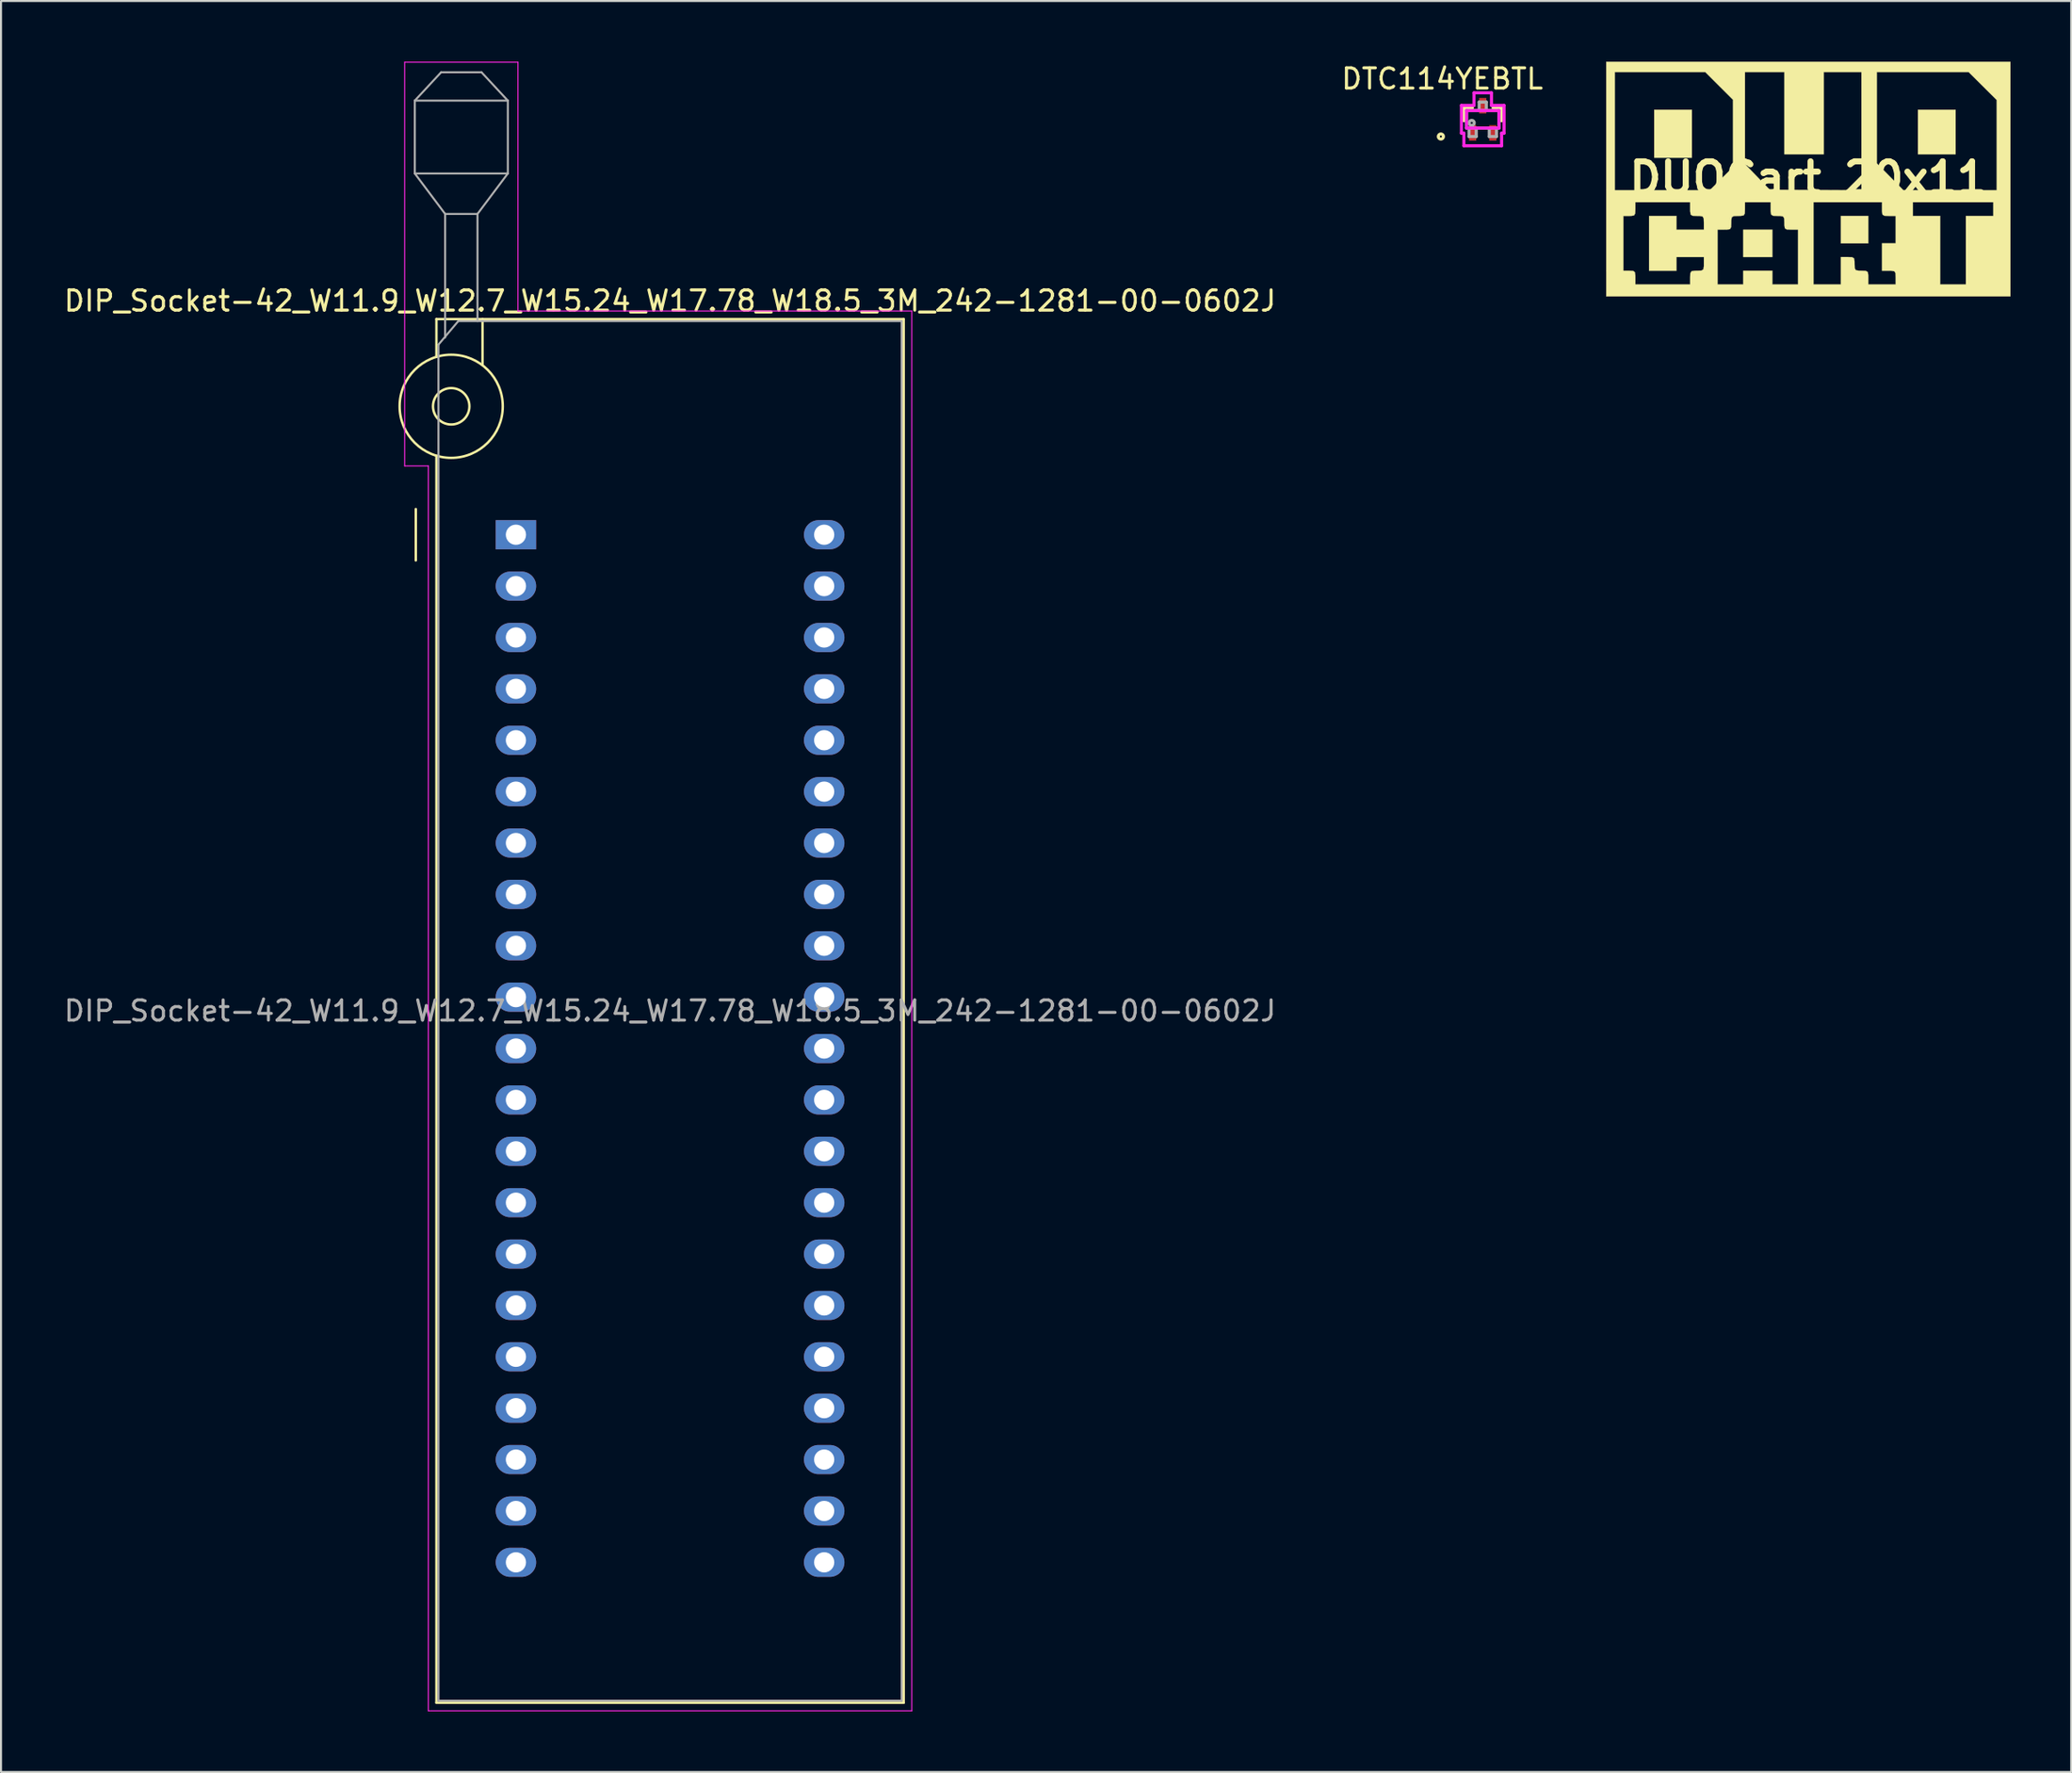
<source format=kicad_pcb>
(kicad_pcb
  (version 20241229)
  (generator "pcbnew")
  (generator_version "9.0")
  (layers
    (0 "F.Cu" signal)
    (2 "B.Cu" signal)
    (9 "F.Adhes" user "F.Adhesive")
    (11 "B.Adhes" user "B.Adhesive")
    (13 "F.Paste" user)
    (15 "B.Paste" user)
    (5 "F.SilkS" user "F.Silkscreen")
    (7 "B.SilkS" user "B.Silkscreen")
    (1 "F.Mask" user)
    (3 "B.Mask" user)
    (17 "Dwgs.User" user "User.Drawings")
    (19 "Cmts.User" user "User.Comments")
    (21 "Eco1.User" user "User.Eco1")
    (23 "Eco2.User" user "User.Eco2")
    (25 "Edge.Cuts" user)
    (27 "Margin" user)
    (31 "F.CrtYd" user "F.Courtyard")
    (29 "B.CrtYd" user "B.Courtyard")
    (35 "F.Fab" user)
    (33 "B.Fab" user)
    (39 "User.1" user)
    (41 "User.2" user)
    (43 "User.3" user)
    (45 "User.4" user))
  (footprint "DUOCart_20x11"
    (layer "F.Cu")
    (at 86.353 5.762)
    (property "Reference" "DUOCart_20x11" (at 0 0 0) (layer "F.SilkS") (effects (font (size 1.524 1.524) (thickness 0.3))))
    (attr exclude_from_pos_files exclude_from_bom)
    (fp_poly (pts (xy -5.757 -1.016) (xy -7.62 -1.016) (xy -7.62 -3.387) (xy -5.757 -3.387) (xy -5.757 -1.016)) (stroke (width 0.01) (type solid)) (fill yes) (layer "F.SilkS"))
    (fp_poly (pts (xy -1.778 3.895) (xy -3.217 3.895) (xy -3.217 2.54) (xy -1.778 2.54) (xy -1.778 3.895)) (stroke (width 0.01) (type solid)) (fill yes) (layer "F.SilkS"))
    (fp_poly (pts (xy 2.963 3.217) (xy 1.609 3.217) (xy 1.609 1.863) (xy 2.963 1.863) (xy 2.963 3.217)) (stroke (width 0.01) (type solid)) (fill yes) (layer "F.SilkS"))
    (fp_poly (pts (xy 7.281 -1.185) (xy 5.419 -1.185) (xy 5.419 -3.387) (xy 7.281 -3.387) (xy 7.281 -1.185)) (stroke (width 0.01) (type solid)) (fill yes) (layer "F.SilkS"))
    (fp_poly (pts (xy 9.991 5.842) (xy -9.991 5.842) (xy -9.991 1.863) (xy -9.144 1.863) (xy -9.144 4.572) (xy -8.848 4.572) (xy -8.658 4.582) (xy -8.574 4.646) (xy -8.552 4.811) (xy -8.551 4.911) (xy -8.551 5.249) (xy -5.842 5.249) (xy -5.842 4.911) (xy -5.834 4.694) (xy -5.777 4.598) (xy -5.622 4.573) (xy -5.503 4.572) (xy -5.287 4.564) (xy -5.19 4.507) (xy -5.165 4.352) (xy -5.165 4.233) (xy -5.165 3.895) (xy -6.519 3.895) (xy -6.519 4.572) (xy -7.874 4.572) (xy -7.874 1.863) (xy -6.519 1.863) (xy -6.519 2.54) (xy -5.165 2.54) (xy -4.487 2.54) (xy -4.487 5.249) (xy -3.217 5.249) (xy -3.217 4.572) (xy -1.778 4.572) (xy -1.778 5.249) (xy -0.508 5.249) (xy -0.508 2.54) (xy -0.847 2.54) (xy -1.063 2.532) (xy -1.16 2.475) (xy -1.185 2.32) (xy -1.185 2.201) (xy -1.193 1.985) (xy -1.251 1.888) (xy -1.405 1.863) (xy -1.524 1.863) (xy -1.741 1.855) (xy -1.837 1.797) (xy -1.862 1.643) (xy -1.863 1.524) (xy -1.863 1.185) (xy 0.254 1.185) (xy 0.254 5.249) (xy 1.609 5.249) (xy 1.609 3.895) (xy 1.947 3.895) (xy 2.164 3.903) (xy 2.26 3.96) (xy 2.285 4.115) (xy 2.286 4.233) (xy 2.294 4.45) (xy 2.351 4.546) (xy 2.506 4.571) (xy 2.625 4.572) (xy 2.841 4.58) (xy 2.938 4.637) (xy 2.963 4.792) (xy 2.963 4.911) (xy 2.963 5.249) (xy 4.318 5.249) (xy 4.318 4.911) (xy 4.31 4.694) (xy 4.253 4.598) (xy 4.098 4.573) (xy 3.979 4.572) (xy 3.641 4.572) (xy 3.641 3.217) (xy 4.318 3.217) (xy 4.318 1.863) (xy 3.979 1.863) (xy 3.763 1.855) (xy 3.666 1.797) (xy 3.641 1.643) (xy 3.641 1.524) (xy 3.641 1.185) (xy 5.165 1.185) (xy 5.165 1.863) (xy 6.519 1.863) (xy 6.519 5.249) (xy 7.789 5.249) (xy 7.789 1.863) (xy 9.144 1.863) (xy 9.144 1.185) (xy 5.165 1.185) (xy 3.641 1.185) (xy 0.254 1.185) (xy -1.863 1.185) (xy -3.133 1.185) (xy -3.133 1.524) (xy -3.141 1.741) (xy -3.198 1.837) (xy -3.353 1.862) (xy -3.471 1.863) (xy -3.688 1.871) (xy -3.784 1.928) (xy -3.809 2.083) (xy -3.81 2.201) (xy -3.818 2.418) (xy -3.875 2.514) (xy -4.03 2.539) (xy -4.149 2.54) (xy -4.487 2.54) (xy -5.165 2.54) (xy -5.165 2.201) (xy -5.173 1.985) (xy -5.23 1.888) (xy -5.385 1.863) (xy -5.503 1.863) (xy -5.72 1.855) (xy -5.816 1.797) (xy -5.841 1.643) (xy -5.842 1.524) (xy -5.842 1.185) (xy -8.551 1.185) (xy -8.551 1.524) (xy -8.56 1.741) (xy -8.616 1.837) (xy -8.76 1.862) (xy -8.848 1.863) (xy -9.144 1.863) (xy -9.991 1.863) (xy -9.991 -5.249) (xy -9.567 -5.249) (xy -9.567 0.593) (xy -4.873 0.593) (xy -4.299 0.023) (xy -3.725 -0.546) (xy -3.725 -3.88) (xy -5.096 -5.249) (xy -3.133 -5.249) (xy -3.133 -0.7) (xy -2.519 -0.065) (xy -1.905 0.569) (xy 0.36 0.581) (xy 2.625 0.593) (xy 2.625 -5.249) (xy 3.387 -5.249) (xy 3.387 -0.737) (xy 4.043 -0.073) (xy 4.699 0.591) (xy 7.006 0.592) (xy 9.313 0.593) (xy 9.313 -3.868) (xy 8.619 -4.558) (xy 7.924 -5.249) (xy 3.387 -5.249) (xy 2.625 -5.249) (xy 0.762 -5.249) (xy 0.762 -1.185) (xy -1.185 -1.185) (xy -1.185 -5.249) (xy -3.133 -5.249) (xy -5.096 -5.249) (xy -9.567 -5.249) (xy -9.991 -5.249) (xy -9.991 -5.757) (xy 9.991 -5.757) (xy 9.991 5.842)) (stroke (width 0.01) (type solid)) (fill yes) (layer "F.SilkS")))
  (footprint "DTC114YEBTL"
    (layer "F.Cu")
    (at 70.256 2.848)
    (property "Reference" "DTC114YEBTL" (at -2 -2 0) (layer "F.SilkS") (effects (font (size 1 1) (thickness 0.15))))
    (attr through_hole)
    (fp_line (start -0.927 -0.559) (end -0.927 0.072) (stroke (width 0.152) (type solid)) (layer "F.SilkS"))
    (fp_line (start -0.511 -0.559) (end -0.927 -0.559) (stroke (width 0.152) (type solid)) (layer "F.SilkS"))
    (fp_line (start 0.927 -0.559) (end 0.511 -0.559) (stroke (width 0.152) (type solid)) (layer "F.SilkS"))
    (fp_line (start 0.927 0.072) (end 0.927 -0.559) (stroke (width 0.152) (type solid)) (layer "F.SilkS"))
    (fp_circle (center -2.07 0.851) (end -1.943 0.851) (stroke (width 0.152) (type solid)) (fill no) (layer "F.SilkS"))
    (fp_line (start -1.054 -0.686) (end -0.432 -0.686) (stroke (width 0.152) (type solid)) (layer "F.CrtYd"))
    (fp_line (start -1.054 0.686) (end -1.054 -0.686) (stroke (width 0.152) (type solid)) (layer "F.CrtYd"))
    (fp_line (start -0.932 0.686) (end -1.054 0.686) (stroke (width 0.152) (type solid)) (layer "F.CrtYd"))
    (fp_line (start -0.932 1.308) (end -0.932 0.686) (stroke (width 0.152) (type solid)) (layer "F.CrtYd"))
    (fp_line (start -0.8 -0.432) (end 0.8 -0.432) (stroke (width 0.152) (type solid)) (layer "F.CrtYd"))
    (fp_line (start -0.8 0.432) (end -0.8 -0.432) (stroke (width 0.152) (type solid)) (layer "F.CrtYd"))
    (fp_line (start -0.432 -1.308) (end 0.432 -1.308) (stroke (width 0.152) (type solid)) (layer "F.CrtYd"))
    (fp_line (start -0.432 -0.686) (end -0.432 -1.308) (stroke (width 0.152) (type solid)) (layer "F.CrtYd"))
    (fp_line (start 0.432 -1.308) (end 0.432 -0.686) (stroke (width 0.152) (type solid)) (layer "F.CrtYd"))
    (fp_line (start 0.432 -0.686) (end 1.054 -0.686) (stroke (width 0.152) (type solid)) (layer "F.CrtYd"))
    (fp_line (start 0.8 -0.432) (end 0.8 0.432) (stroke (width 0.152) (type solid)) (layer "F.CrtYd"))
    (fp_line (start 0.8 0.432) (end -0.8 0.432) (stroke (width 0.152) (type solid)) (layer "F.CrtYd"))
    (fp_line (start 0.932 0.686) (end 0.932 1.308) (stroke (width 0.152) (type solid)) (layer "F.CrtYd"))
    (fp_line (start 0.932 1.308) (end -0.932 1.308) (stroke (width 0.152) (type solid)) (layer "F.CrtYd"))
    (fp_line (start 1.054 -0.686) (end 1.054 0.686) (stroke (width 0.152) (type solid)) (layer "F.CrtYd"))
    (fp_line (start 1.054 0.686) (end 0.932 0.686) (stroke (width 0.152) (type solid)) (layer "F.CrtYd"))
    (fp_line (start -0.8 -0.432) (end -0.8 0.432) (stroke (width 0.152) (type solid)) (layer "F.Fab"))
    (fp_line (start -0.8 0.432) (end 0.8 0.432) (stroke (width 0.152) (type solid)) (layer "F.Fab"))
    (fp_line (start -0.678 0.432) (end -0.678 0.851) (stroke (width 0.152) (type solid)) (layer "F.Fab"))
    (fp_line (start -0.678 0.851) (end -0.322 0.851) (stroke (width 0.152) (type solid)) (layer "F.Fab"))
    (fp_line (start -0.322 0.432) (end -0.678 0.432) (stroke (width 0.152) (type solid)) (layer "F.Fab"))
    (fp_line (start -0.322 0.851) (end -0.322 0.432) (stroke (width 0.152) (type solid)) (layer "F.Fab"))
    (fp_line (start -0.178 -0.851) (end -0.178 -0.432) (stroke (width 0.152) (type solid)) (layer "F.Fab"))
    (fp_line (start -0.178 -0.432) (end 0.178 -0.432) (stroke (width 0.152) (type solid)) (layer "F.Fab"))
    (fp_line (start 0.178 -0.851) (end -0.178 -0.851) (stroke (width 0.152) (type solid)) (layer "F.Fab"))
    (fp_line (start 0.178 -0.432) (end 0.178 -0.851) (stroke (width 0.152) (type solid)) (layer "F.Fab"))
    (fp_line (start 0.322 0.432) (end 0.322 0.851) (stroke (width 0.152) (type solid)) (layer "F.Fab"))
    (fp_line (start 0.322 0.851) (end 0.678 0.851) (stroke (width 0.152) (type solid)) (layer "F.Fab"))
    (fp_line (start 0.678 0.432) (end 0.322 0.432) (stroke (width 0.152) (type solid)) (layer "F.Fab"))
    (fp_line (start 0.678 0.851) (end 0.678 0.432) (stroke (width 0.152) (type solid)) (layer "F.Fab"))
    (fp_line (start 0.8 -0.432) (end -0.8 -0.432) (stroke (width 0.152) (type solid)) (layer "F.Fab"))
    (fp_line (start 0.8 0.432) (end 0.8 -0.432) (stroke (width 0.152) (type solid)) (layer "F.Fab"))
    (fp_circle (center -0.546 0.178) (end -0.419 0.178) (stroke (width 0.152) (type solid)) (fill no) (layer "F.Fab"))
    (pad "1" smd rect (at -0.5 0.673) (size 0.356 0.762) (layers "F.Cu" "F.Mask" "F.Paste"))
    (pad "2" smd rect (at 0.5 0.673) (size 0.356 0.762) (layers "F.Cu" "F.Mask" "F.Paste"))
    (pad "3" smd rect (at 0 -0.673) (size 0.356 0.762) (layers "F.Cu" "F.Mask" "F.Paste")))
  (footprint "DIP_Socket-42_W11.9_W12.7_W15.24_W17.78_W18.5_3M_242-1281-00-0602J"
    (layer "F.Cu")
    (at 22.457 23.385)
    (property "Reference" "DIP_Socket-42_W11.9_W12.7_W15.24_W17.78_W18.5_3M_242-1281-00-0602J" (at 7.62 -11.56 0) (layer "F.SilkS") (effects (font (size 1 1) (thickness 0.15))))
    (attr through_hole)
    (fp_line (start -4.95 1.27) (end -4.95 -1.27) (stroke (width 0.12) (type solid)) (layer "F.SilkS"))
    (fp_line (start -3.93 -10.66) (end -3.93 -8.8) (stroke (width 0.12) (type solid)) (layer "F.SilkS"))
    (fp_line (start -3.93 -3.9) (end -3.93 57.74) (stroke (width 0.12) (type solid)) (layer "F.SilkS"))
    (fp_line (start -3.93 57.74) (end 19.17 57.74) (stroke (width 0.12) (type solid)) (layer "F.SilkS"))
    (fp_line (start -1.65 -10.66) (end -1.65 -8.4) (stroke (width 0.12) (type solid)) (layer "F.SilkS"))
    (fp_line (start 19.17 -10.66) (end -3.93 -10.66) (stroke (width 0.12) (type solid)) (layer "F.SilkS"))
    (fp_line (start 19.17 57.74) (end 19.17 -10.66) (stroke (width 0.12) (type solid)) (layer "F.SilkS"))
    (fp_circle (center -3.2 -6.35) (end -2.3 -6.35) (stroke (width 0.12) (type solid)) (fill no) (layer "F.SilkS"))
    (fp_circle (center -3.2 -6.35) (end -0.65 -6.35) (stroke (width 0.12) (type solid)) (fill no) (layer "F.SilkS"))
    (fp_line (start -5.5 -23.36) (end 0.1 -23.36) (stroke (width 0.05) (type solid)) (layer "F.CrtYd"))
    (fp_line (start -5.5 -3.4) (end -5.5 -23.36) (stroke (width 0.05) (type solid)) (layer "F.CrtYd"))
    (fp_line (start -4.33 -3.4) (end -5.5 -3.4) (stroke (width 0.05) (type solid)) (layer "F.CrtYd"))
    (fp_line (start -4.33 58.14) (end -4.33 -3.4) (stroke (width 0.05) (type solid)) (layer "F.CrtYd"))
    (fp_line (start 0.1 -23.36) (end 0.1 -11.06) (stroke (width 0.05) (type solid)) (layer "F.CrtYd"))
    (fp_line (start 0.1 -11.06) (end 19.57 -11.06) (stroke (width 0.05) (type solid)) (layer "F.CrtYd"))
    (fp_line (start 19.57 -11.06) (end 19.57 58.14) (stroke (width 0.05) (type solid)) (layer "F.CrtYd"))
    (fp_line (start 19.57 58.14) (end -4.33 58.14) (stroke (width 0.05) (type solid)) (layer "F.CrtYd"))
    (fp_line (start -5 -21.46) (end -5 -17.86) (stroke (width 0.1) (type solid)) (layer "F.Fab"))
    (fp_line (start -5 -21.46) (end -3.7 -22.86) (stroke (width 0.1) (type solid)) (layer "F.Fab"))
    (fp_line (start -5 -17.86) (end -3.5 -15.86) (stroke (width 0.1) (type solid)) (layer "F.Fab"))
    (fp_line (start -5 -17.86) (end -0.4 -17.86) (stroke (width 0.1) (type solid)) (layer "F.Fab"))
    (fp_line (start -3.83 -9.4) (end -2.85 -10.56) (stroke (width 0.1) (type solid)) (layer "F.Fab"))
    (fp_line (start -3.83 57.64) (end -3.83 -9.4) (stroke (width 0.1) (type solid)) (layer "F.Fab"))
    (fp_line (start -3.7 -22.86) (end -1.7 -22.86) (stroke (width 0.1) (type solid)) (layer "F.Fab"))
    (fp_line (start -3.5 -15.86) (end -1.9 -15.86) (stroke (width 0.1) (type solid)) (layer "F.Fab"))
    (fp_line (start -3.5 -9.75) (end -3.5 -15.86) (stroke (width 0.1) (type solid)) (layer "F.Fab"))
    (fp_line (start -2.85 -10.56) (end 19.07 -10.56) (stroke (width 0.1) (type solid)) (layer "F.Fab"))
    (fp_line (start -1.9 -15.86) (end -1.9 -10.56) (stroke (width 0.1) (type solid)) (layer "F.Fab"))
    (fp_line (start -1.7 -22.86) (end -0.4 -21.46) (stroke (width 0.1) (type solid)) (layer "F.Fab"))
    (fp_line (start -0.4 -21.46) (end -5 -21.46) (stroke (width 0.1) (type solid)) (layer "F.Fab"))
    (fp_line (start -0.4 -17.86) (end -1.9 -15.86) (stroke (width 0.1) (type solid)) (layer "F.Fab"))
    (fp_line (start -0.4 -17.86) (end -0.4 -21.46) (stroke (width 0.1) (type solid)) (layer "F.Fab"))
    (fp_line (start 19.07 -10.56) (end 19.07 57.64) (stroke (width 0.1) (type solid)) (layer "F.Fab"))
    (fp_line (start 19.07 57.64) (end -3.83 57.64) (stroke (width 0.1) (type solid)) (layer "F.Fab"))
    (fp_text user "${REFERENCE}" (at 7.62 23.54 0) (layer "F.Fab") (effects (font (size 1 1) (thickness 0.15))))
    (pad "1" thru_hole rect (at 0 0) (size 2 1.44) (drill 1) (layers "*.Cu" "*.Mask"))
    (pad "2" thru_hole oval (at 0 2.54) (size 2 1.44) (drill 1) (layers "*.Cu" "*.Mask"))
    (pad "3" thru_hole oval (at 0 5.08) (size 2 1.44) (drill 1) (layers "*.Cu" "*.Mask"))
    (pad "4" thru_hole oval (at 0 7.62) (size 2 1.44) (drill 1) (layers "*.Cu" "*.Mask"))
    (pad "5" thru_hole oval (at 0 10.16) (size 2 1.44) (drill 1) (layers "*.Cu" "*.Mask"))
    (pad "6" thru_hole oval (at 0 12.7) (size 2 1.44) (drill 1) (layers "*.Cu" "*.Mask"))
    (pad "7" thru_hole oval (at 0 15.24) (size 2 1.44) (drill 1) (layers "*.Cu" "*.Mask"))
    (pad "8" thru_hole oval (at 0 17.78) (size 2 1.44) (drill 1) (layers "*.Cu" "*.Mask"))
    (pad "9" thru_hole oval (at 0 20.32) (size 2 1.44) (drill 1) (layers "*.Cu" "*.Mask"))
    (pad "10" thru_hole oval (at 0 22.86) (size 2 1.44) (drill 1) (layers "*.Cu" "*.Mask"))
    (pad "11" thru_hole oval (at 0 25.4) (size 2 1.44) (drill 1) (layers "*.Cu" "*.Mask"))
    (pad "12" thru_hole oval (at 0 27.94) (size 2 1.44) (drill 1) (layers "*.Cu" "*.Mask"))
    (pad "13" thru_hole oval (at 0 30.48) (size 2 1.44) (drill 1) (layers "*.Cu" "*.Mask"))
    (pad "14" thru_hole oval (at 0 33.02) (size 2 1.44) (drill 1) (layers "*.Cu" "*.Mask"))
    (pad "15" thru_hole oval (at 0 35.56) (size 2 1.44) (drill 1) (layers "*.Cu" "*.Mask"))
    (pad "16" thru_hole oval (at 0 38.1) (size 2 1.44) (drill 1) (layers "*.Cu" "*.Mask"))
    (pad "17" thru_hole oval (at 0 40.64) (size 2 1.44) (drill 1) (layers "*.Cu" "*.Mask"))
    (pad "18" thru_hole oval (at 0 43.18) (size 2 1.44) (drill 1) (layers "*.Cu" "*.Mask"))
    (pad "19" thru_hole oval (at 0 45.72) (size 2 1.44) (drill 1) (layers "*.Cu" "*.Mask"))
    (pad "20" thru_hole oval (at 0 48.26) (size 2 1.44) (drill 1) (layers "*.Cu" "*.Mask"))
    (pad "21" thru_hole oval (at 0 50.8) (size 2 1.44) (drill 1) (layers "*.Cu" "*.Mask"))
    (pad "22" thru_hole oval (at 15.24 50.8) (size 2 1.44) (drill 1) (layers "*.Cu" "*.Mask"))
    (pad "23" thru_hole oval (at 15.24 48.26) (size 2 1.44) (drill 1) (layers "*.Cu" "*.Mask"))
    (pad "24" thru_hole oval (at 15.24 45.72) (size 2 1.44) (drill 1) (layers "*.Cu" "*.Mask"))
    (pad "25" thru_hole oval (at 15.24 43.18) (size 2 1.44) (drill 1) (layers "*.Cu" "*.Mask"))
    (pad "26" thru_hole oval (at 15.24 40.64) (size 2 1.44) (drill 1) (layers "*.Cu" "*.Mask"))
    (pad "27" thru_hole oval (at 15.24 38.1) (size 2 1.44) (drill 1) (layers "*.Cu" "*.Mask"))
    (pad "28" thru_hole oval (at 15.24 35.56) (size 2 1.44) (drill 1) (layers "*.Cu" "*.Mask"))
    (pad "29" thru_hole oval (at 15.24 33.02) (size 2 1.44) (drill 1) (layers "*.Cu" "*.Mask"))
    (pad "30" thru_hole oval (at 15.24 30.48) (size 2 1.44) (drill 1) (layers "*.Cu" "*.Mask"))
    (pad "31" thru_hole oval (at 15.24 27.94) (size 2 1.44) (drill 1) (layers "*.Cu" "*.Mask"))
    (pad "32" thru_hole oval (at 15.24 25.4) (size 2 1.44) (drill 1) (layers "*.Cu" "*.Mask"))
    (pad "33" thru_hole oval (at 15.24 22.86) (size 2 1.44) (drill 1) (layers "*.Cu" "*.Mask"))
    (pad "34" thru_hole oval (at 15.24 20.32) (size 2 1.44) (drill 1) (layers "*.Cu" "*.Mask"))
    (pad "35" thru_hole oval (at 15.24 17.78) (size 2 1.44) (drill 1) (layers "*.Cu" "*.Mask"))
    (pad "36" thru_hole oval (at 15.24 15.24) (size 2 1.44) (drill 1) (layers "*.Cu" "*.Mask"))
    (pad "37" thru_hole oval (at 15.24 12.7) (size 2 1.44) (drill 1) (layers "*.Cu" "*.Mask"))
    (pad "38" thru_hole oval (at 15.24 10.16) (size 2 1.44) (drill 1) (layers "*.Cu" "*.Mask"))
    (pad "39" thru_hole oval (at 15.24 7.62) (size 2 1.44) (drill 1) (layers "*.Cu" "*.Mask"))
    (pad "40" thru_hole oval (at 15.24 5.08) (size 2 1.44) (drill 1) (layers "*.Cu" "*.Mask"))
    (pad "41" thru_hole oval (at 15.24 2.54) (size 2 1.44) (drill 1) (layers "*.Cu" "*.Mask"))
    (pad "42" thru_hole oval (at 15.24 0) (size 2 1.44) (drill 1) (layers "*.Cu" "*.Mask")))
  (gr_rect
    (start -3 -3)
    (end 99.348 84.55)
    (stroke (width 0.1) (type default))
    (fill no)
    (layer "Edge.Cuts")))
</source>
